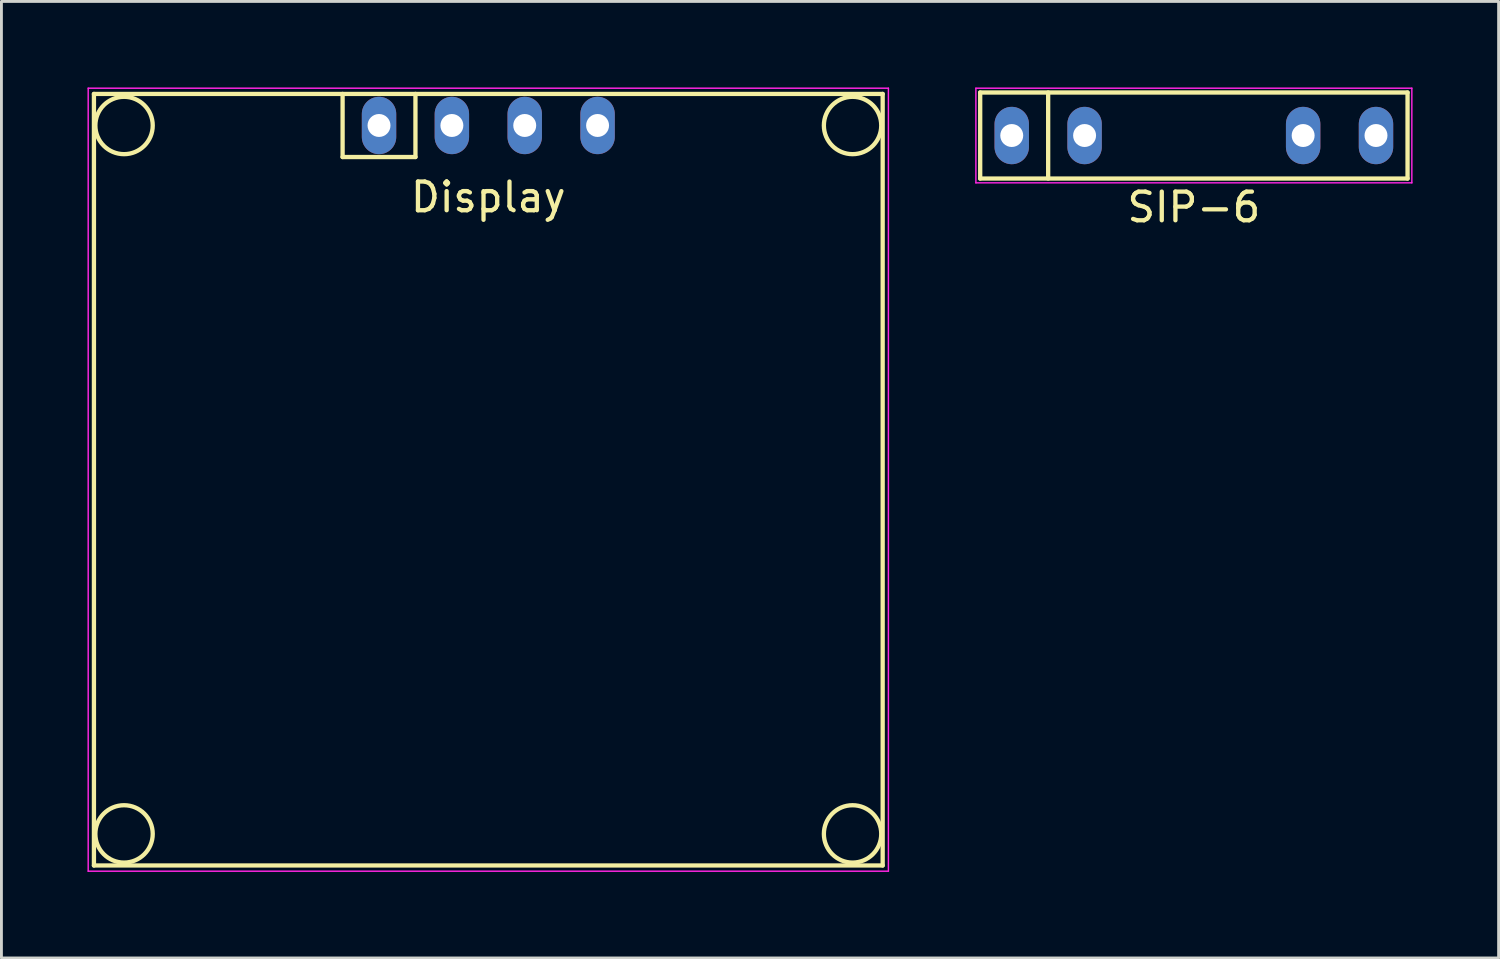
<source format=kicad_pcb>
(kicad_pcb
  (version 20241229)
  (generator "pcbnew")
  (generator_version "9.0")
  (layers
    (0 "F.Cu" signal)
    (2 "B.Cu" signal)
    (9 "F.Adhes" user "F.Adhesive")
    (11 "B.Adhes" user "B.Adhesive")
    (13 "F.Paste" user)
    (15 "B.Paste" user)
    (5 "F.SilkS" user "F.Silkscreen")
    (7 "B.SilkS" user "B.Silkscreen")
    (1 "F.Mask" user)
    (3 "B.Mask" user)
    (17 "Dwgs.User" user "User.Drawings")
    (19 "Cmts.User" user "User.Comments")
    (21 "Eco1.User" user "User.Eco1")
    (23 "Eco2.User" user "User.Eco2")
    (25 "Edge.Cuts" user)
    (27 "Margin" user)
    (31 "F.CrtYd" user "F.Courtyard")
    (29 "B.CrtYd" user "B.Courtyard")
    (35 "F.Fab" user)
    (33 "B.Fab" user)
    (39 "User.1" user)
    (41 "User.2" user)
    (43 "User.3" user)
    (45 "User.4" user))
  (footprint "SIP-6"
    (layer "F.Cu")
    (at 38.575 1.675)
    (property "Reference" "SIP-6" (at 0 2.5 0) (layer "F.SilkS") (effects (font (size 1 1) (thickness 0.15))))
    (attr through_hole)
    (fp_line (start -7.45 -1.5) (end 7.45 -1.5) (stroke (width 0.15) (type solid)) (layer "F.SilkS"))
    (fp_line (start -7.45 1.5) (end -7.45 -1.5) (stroke (width 0.15) (type solid)) (layer "F.SilkS"))
    (fp_line (start -5.08 -1.5) (end -5.08 1.5) (stroke (width 0.15) (type solid)) (layer "F.SilkS"))
    (fp_line (start 7.45 -1.5) (end 7.45 1.5) (stroke (width 0.15) (type solid)) (layer "F.SilkS"))
    (fp_line (start 7.45 1.5) (end -7.45 1.5) (stroke (width 0.15) (type solid)) (layer "F.SilkS"))
    (fp_line (start -7.6 -1.65) (end 7.6 -1.65) (stroke (width 0.05) (type solid)) (layer "F.CrtYd"))
    (fp_line (start -7.6 1.65) (end -7.6 -1.65) (stroke (width 0.05) (type solid)) (layer "F.CrtYd"))
    (fp_line (start 7.6 -1.65) (end 7.6 1.65) (stroke (width 0.05) (type solid)) (layer "F.CrtYd"))
    (fp_line (start 7.6 1.65) (end -7.6 1.65) (stroke (width 0.05) (type solid)) (layer "F.CrtYd"))
    (pad "1" thru_hole oval (at -6.35 0) (size 1.2 2) (drill 0.8) (layers "*.Cu" "*.Mask"))
    (pad "2" thru_hole oval (at -3.81 0) (size 1.2 2) (drill 0.8) (layers "*.Cu" "*.Mask"))
    (pad "3" thru_hole oval (at 3.81 0) (size 1.2 2) (drill 0.8) (layers "*.Cu" "*.Mask"))
    (pad "4" thru_hole oval (at 6.35 0) (size 1.2 2) (drill 0.8) (layers "*.Cu" "*.Mask")))
  (footprint "Display"
    (layer "F.Cu")
    (at 13.975 1.325)
    (property "Reference" "Display" (at 0 2.5 0) (layer "F.SilkS") (effects (font (size 1 1) (thickness 0.15))))
    (attr through_hole)
    (fp_line (start -13.75 -1.1) (end 13.75 -1.1) (stroke (width 0.15) (type solid)) (layer "F.SilkS"))
    (fp_line (start -13.75 25.8) (end -13.75 -1.1) (stroke (width 0.15) (type solid)) (layer "F.SilkS"))
    (fp_line (start -5.08 1.1) (end -5.08 -1.1) (stroke (width 0.15) (type solid)) (layer "F.SilkS"))
    (fp_line (start -2.54 -1.1) (end -2.54 1.1) (stroke (width 0.15) (type solid)) (layer "F.SilkS"))
    (fp_line (start -2.54 1.1) (end -5.08 1.1) (stroke (width 0.15) (type solid)) (layer "F.SilkS"))
    (fp_line (start 13.75 -1.1) (end 13.75 25.8) (stroke (width 0.15) (type solid)) (layer "F.SilkS"))
    (fp_line (start 13.75 25.8) (end -13.75 25.8) (stroke (width 0.15) (type solid)) (layer "F.SilkS"))
    (fp_circle (center -12.7 0) (end -11.7 0) (stroke (width 0.15) (type solid)) (fill no) (layer "F.SilkS"))
    (fp_circle (center -12.7 24.7) (end -11.7 24.7) (stroke (width 0.15) (type solid)) (fill no) (layer "F.SilkS"))
    (fp_circle (center 12.7 0) (end 13.7 0) (stroke (width 0.15) (type solid)) (fill no) (layer "F.SilkS"))
    (fp_circle (center 12.7 24.7) (end 13.7 24.7) (stroke (width 0.15) (type solid)) (fill no) (layer "F.SilkS"))
    (fp_line (start -13.95 -1.3) (end 13.95 -1.3) (stroke (width 0.05) (type solid)) (layer "F.CrtYd"))
    (fp_line (start -13.95 26) (end -13.95 -1.3) (stroke (width 0.05) (type solid)) (layer "F.CrtYd"))
    (fp_line (start 13.95 -1.3) (end 13.95 26) (stroke (width 0.05) (type solid)) (layer "F.CrtYd"))
    (fp_line (start 13.95 26) (end -13.95 26) (stroke (width 0.05) (type solid)) (layer "F.CrtYd"))
    (pad "1" thru_hole oval (at -3.81 0) (size 1.2 2) (drill 0.8) (layers "*.Cu" "*.Mask"))
    (pad "2" thru_hole oval (at -1.27 0) (size 1.2 2) (drill 0.8) (layers "*.Cu" "*.Mask"))
    (pad "3" thru_hole oval (at 1.27 0) (size 1.2 2) (drill 0.8) (layers "*.Cu" "*.Mask"))
    (pad "4" thru_hole oval (at 3.81 0) (size 1.2 2) (drill 0.8) (layers "*.Cu" "*.Mask")))
  (gr_rect
    (start -3 -3)
    (end 49.2 30.35)
    (stroke (width 0.1) (type default))
    (fill no)
    (layer "Edge.Cuts")))
</source>
